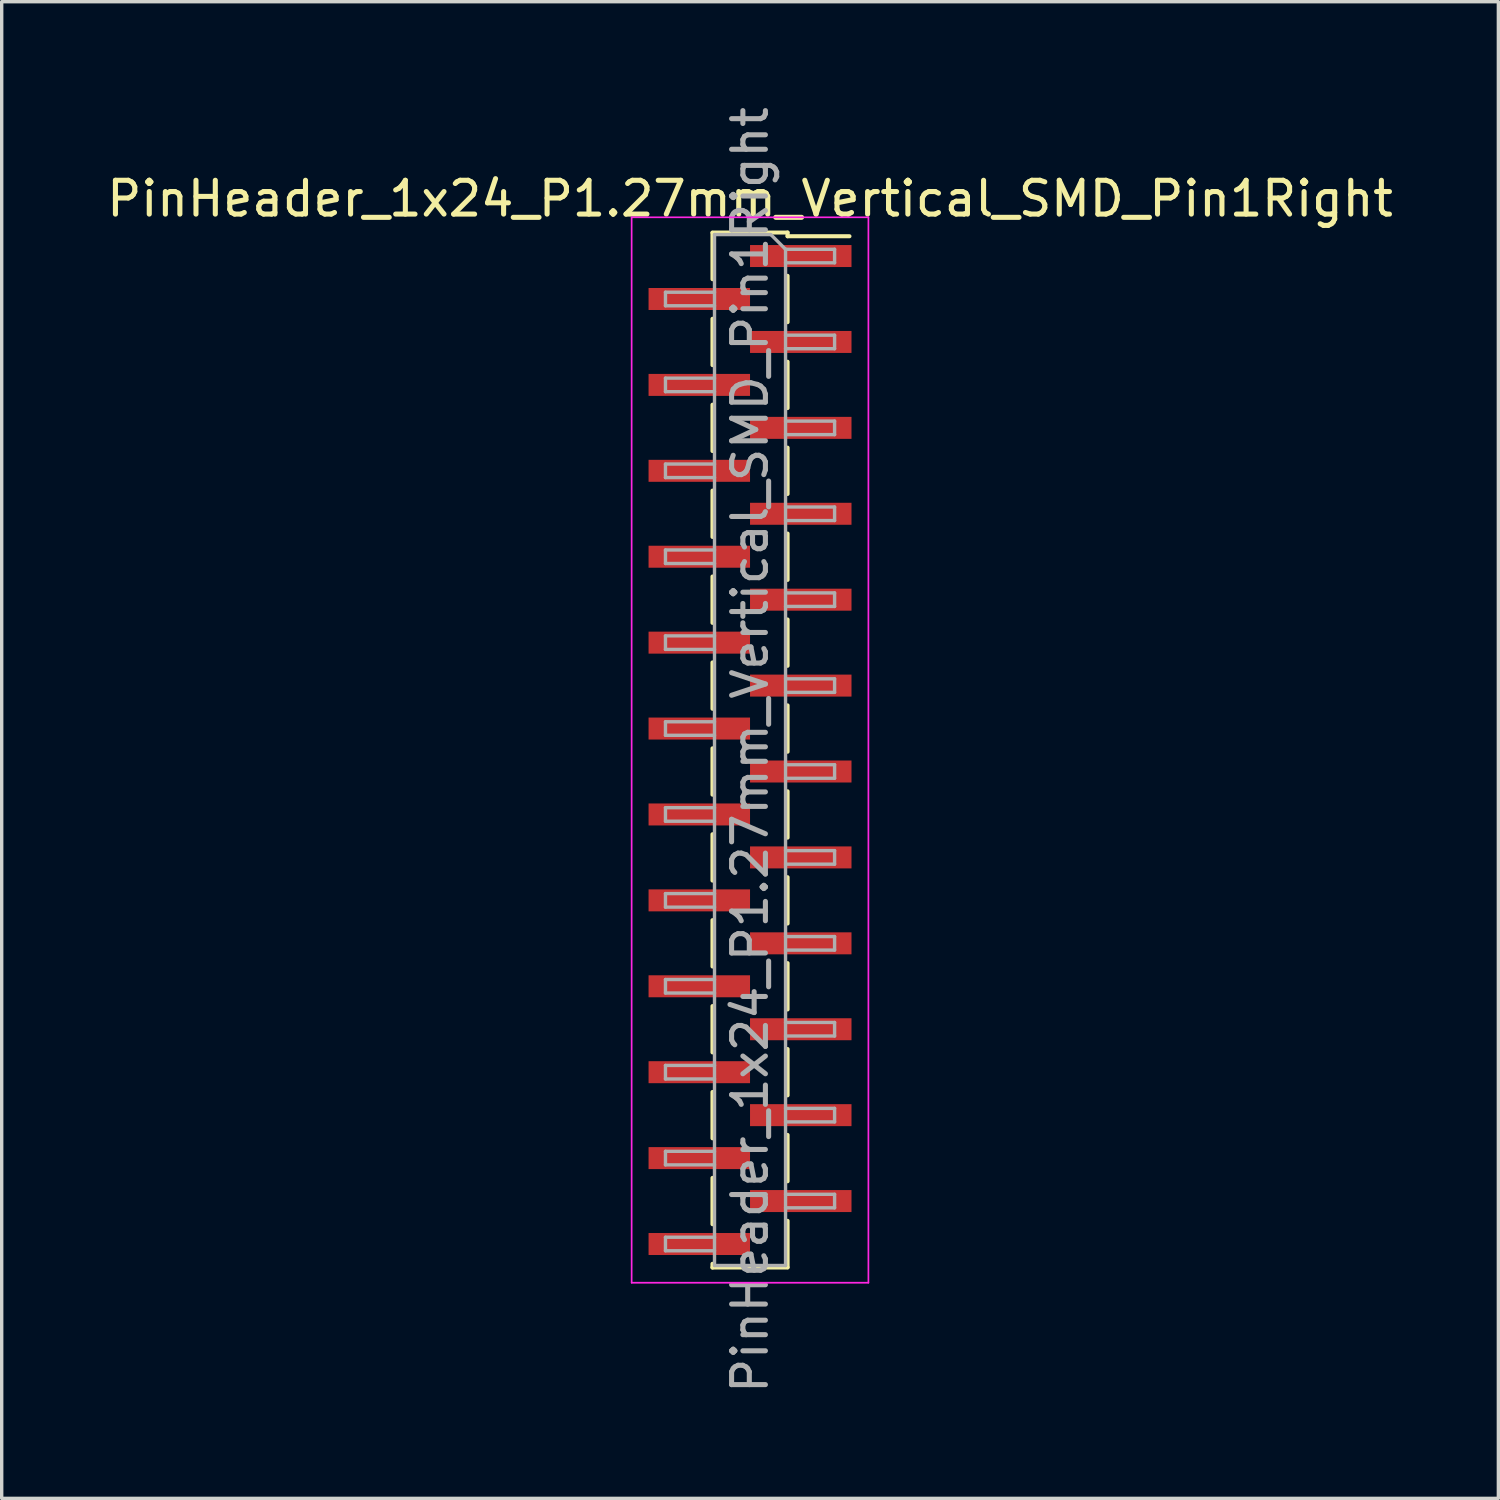
<source format=kicad_pcb>
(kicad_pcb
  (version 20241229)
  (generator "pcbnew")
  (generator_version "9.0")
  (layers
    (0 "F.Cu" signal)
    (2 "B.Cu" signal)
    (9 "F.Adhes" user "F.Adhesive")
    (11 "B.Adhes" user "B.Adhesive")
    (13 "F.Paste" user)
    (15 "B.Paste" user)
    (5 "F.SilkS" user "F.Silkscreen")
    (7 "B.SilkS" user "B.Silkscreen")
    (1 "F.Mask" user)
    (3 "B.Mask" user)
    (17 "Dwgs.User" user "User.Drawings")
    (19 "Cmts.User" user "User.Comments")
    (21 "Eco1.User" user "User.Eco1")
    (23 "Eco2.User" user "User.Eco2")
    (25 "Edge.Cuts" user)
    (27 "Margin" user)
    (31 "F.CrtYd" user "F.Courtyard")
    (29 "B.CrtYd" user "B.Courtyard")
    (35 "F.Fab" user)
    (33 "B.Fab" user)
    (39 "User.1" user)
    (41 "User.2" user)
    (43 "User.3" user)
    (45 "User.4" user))
  (footprint "PinHeader_1x24_P1.27mm_Vertical_SMD_Pin1Right"
    (layer "F.Cu")
    (at 19.125 19.125)
    (property "Reference" "PinHeader_1x24_P1.27mm_Vertical_SMD_Pin1Right" (at 0 -16.3 0) (layer "F.SilkS") (effects (font (size 1 1) (thickness 0.15))))
    (attr smd)
    (fp_line (start -1.11 -15.3) (end 1.11 -15.3) (stroke (width 0.12) (type solid)) (layer "F.SilkS"))
    (fp_line (start -1.11 -15.29) (end -1.11 -13.92) (stroke (width 0.12) (type solid)) (layer "F.SilkS"))
    (fp_line (start -1.11 -12.75) (end -1.11 -11.38) (stroke (width 0.12) (type solid)) (layer "F.SilkS"))
    (fp_line (start -1.11 -10.21) (end -1.11 -8.84) (stroke (width 0.12) (type solid)) (layer "F.SilkS"))
    (fp_line (start -1.11 -7.67) (end -1.11 -6.3) (stroke (width 0.12) (type solid)) (layer "F.SilkS"))
    (fp_line (start -1.11 -5.13) (end -1.11 -3.76) (stroke (width 0.12) (type solid)) (layer "F.SilkS"))
    (fp_line (start -1.11 -2.59) (end -1.11 -1.22) (stroke (width 0.12) (type solid)) (layer "F.SilkS"))
    (fp_line (start -1.11 -0.05) (end -1.11 1.32) (stroke (width 0.12) (type solid)) (layer "F.SilkS"))
    (fp_line (start -1.11 2.49) (end -1.11 3.86) (stroke (width 0.12) (type solid)) (layer "F.SilkS"))
    (fp_line (start -1.11 5.03) (end -1.11 6.4) (stroke (width 0.12) (type solid)) (layer "F.SilkS"))
    (fp_line (start -1.11 7.57) (end -1.11 8.94) (stroke (width 0.12) (type solid)) (layer "F.SilkS"))
    (fp_line (start -1.11 10.11) (end -1.11 11.48) (stroke (width 0.12) (type solid)) (layer "F.SilkS"))
    (fp_line (start -1.11 12.65) (end -1.11 14.02) (stroke (width 0.12) (type solid)) (layer "F.SilkS"))
    (fp_line (start -1.11 15.19) (end -1.11 15.3) (stroke (width 0.12) (type solid)) (layer "F.SilkS"))
    (fp_line (start -1.11 15.3) (end 1.11 15.3) (stroke (width 0.12) (type solid)) (layer "F.SilkS"))
    (fp_line (start 1.11 -15.3) (end 1.11 -15.19) (stroke (width 0.12) (type solid)) (layer "F.SilkS"))
    (fp_line (start 1.11 -15.19) (end 2.94 -15.19) (stroke (width 0.12) (type solid)) (layer "F.SilkS"))
    (fp_line (start 1.11 -14.02) (end 1.11 -12.65) (stroke (width 0.12) (type solid)) (layer "F.SilkS"))
    (fp_line (start 1.11 -11.48) (end 1.11 -10.11) (stroke (width 0.12) (type solid)) (layer "F.SilkS"))
    (fp_line (start 1.11 -8.94) (end 1.11 -7.57) (stroke (width 0.12) (type solid)) (layer "F.SilkS"))
    (fp_line (start 1.11 -6.4) (end 1.11 -5.03) (stroke (width 0.12) (type solid)) (layer "F.SilkS"))
    (fp_line (start 1.11 -3.86) (end 1.11 -2.49) (stroke (width 0.12) (type solid)) (layer "F.SilkS"))
    (fp_line (start 1.11 -1.32) (end 1.11 0.05) (stroke (width 0.12) (type solid)) (layer "F.SilkS"))
    (fp_line (start 1.11 1.22) (end 1.11 2.59) (stroke (width 0.12) (type solid)) (layer "F.SilkS"))
    (fp_line (start 1.11 3.76) (end 1.11 5.13) (stroke (width 0.12) (type solid)) (layer "F.SilkS"))
    (fp_line (start 1.11 6.3) (end 1.11 7.67) (stroke (width 0.12) (type solid)) (layer "F.SilkS"))
    (fp_line (start 1.11 8.84) (end 1.11 10.21) (stroke (width 0.12) (type solid)) (layer "F.SilkS"))
    (fp_line (start 1.11 11.38) (end 1.11 12.75) (stroke (width 0.12) (type solid)) (layer "F.SilkS"))
    (fp_line (start 1.11 13.92) (end 1.11 15.29) (stroke (width 0.12) (type solid)) (layer "F.SilkS"))
    (fp_line (start -3.5 -15.75) (end -3.5 15.75) (stroke (width 0.05) (type solid)) (layer "F.CrtYd"))
    (fp_line (start -3.5 15.75) (end 3.5 15.75) (stroke (width 0.05) (type solid)) (layer "F.CrtYd"))
    (fp_line (start 3.5 -15.75) (end -3.5 -15.75) (stroke (width 0.05) (type solid)) (layer "F.CrtYd"))
    (fp_line (start 3.5 15.75) (end 3.5 -15.75) (stroke (width 0.05) (type solid)) (layer "F.CrtYd"))
    (fp_line (start -2.5 -13.535) (end -2.5 -13.135) (stroke (width 0.1) (type solid)) (layer "F.Fab"))
    (fp_line (start -2.5 -13.135) (end -1.05 -13.135) (stroke (width 0.1) (type solid)) (layer "F.Fab"))
    (fp_line (start -2.5 -10.995) (end -2.5 -10.595) (stroke (width 0.1) (type solid)) (layer "F.Fab"))
    (fp_line (start -2.5 -10.595) (end -1.05 -10.595) (stroke (width 0.1) (type solid)) (layer "F.Fab"))
    (fp_line (start -2.5 -8.455) (end -2.5 -8.055) (stroke (width 0.1) (type solid)) (layer "F.Fab"))
    (fp_line (start -2.5 -8.055) (end -1.05 -8.055) (stroke (width 0.1) (type solid)) (layer "F.Fab"))
    (fp_line (start -2.5 -5.915) (end -2.5 -5.515) (stroke (width 0.1) (type solid)) (layer "F.Fab"))
    (fp_line (start -2.5 -5.515) (end -1.05 -5.515) (stroke (width 0.1) (type solid)) (layer "F.Fab"))
    (fp_line (start -2.5 -3.375) (end -2.5 -2.975) (stroke (width 0.1) (type solid)) (layer "F.Fab"))
    (fp_line (start -2.5 -2.975) (end -1.05 -2.975) (stroke (width 0.1) (type solid)) (layer "F.Fab"))
    (fp_line (start -2.5 -0.835) (end -2.5 -0.435) (stroke (width 0.1) (type solid)) (layer "F.Fab"))
    (fp_line (start -2.5 -0.435) (end -1.05 -0.435) (stroke (width 0.1) (type solid)) (layer "F.Fab"))
    (fp_line (start -2.5 1.705) (end -2.5 2.105) (stroke (width 0.1) (type solid)) (layer "F.Fab"))
    (fp_line (start -2.5 2.105) (end -1.05 2.105) (stroke (width 0.1) (type solid)) (layer "F.Fab"))
    (fp_line (start -2.5 4.245) (end -2.5 4.645) (stroke (width 0.1) (type solid)) (layer "F.Fab"))
    (fp_line (start -2.5 4.645) (end -1.05 4.645) (stroke (width 0.1) (type solid)) (layer "F.Fab"))
    (fp_line (start -2.5 6.785) (end -2.5 7.185) (stroke (width 0.1) (type solid)) (layer "F.Fab"))
    (fp_line (start -2.5 7.185) (end -1.05 7.185) (stroke (width 0.1) (type solid)) (layer "F.Fab"))
    (fp_line (start -2.5 9.325) (end -2.5 9.725) (stroke (width 0.1) (type solid)) (layer "F.Fab"))
    (fp_line (start -2.5 9.725) (end -1.05 9.725) (stroke (width 0.1) (type solid)) (layer "F.Fab"))
    (fp_line (start -2.5 11.865) (end -2.5 12.265) (stroke (width 0.1) (type solid)) (layer "F.Fab"))
    (fp_line (start -2.5 12.265) (end -1.05 12.265) (stroke (width 0.1) (type solid)) (layer "F.Fab"))
    (fp_line (start -2.5 14.405) (end -2.5 14.805) (stroke (width 0.1) (type solid)) (layer "F.Fab"))
    (fp_line (start -2.5 14.805) (end -1.05 14.805) (stroke (width 0.1) (type solid)) (layer "F.Fab"))
    (fp_line (start -1.05 -15.24) (end -1.05 15.24) (stroke (width 0.1) (type solid)) (layer "F.Fab"))
    (fp_line (start -1.05 -15.24) (end 0.615 -15.24) (stroke (width 0.1) (type solid)) (layer "F.Fab"))
    (fp_line (start -1.05 -13.535) (end -2.5 -13.535) (stroke (width 0.1) (type solid)) (layer "F.Fab"))
    (fp_line (start -1.05 -10.995) (end -2.5 -10.995) (stroke (width 0.1) (type solid)) (layer "F.Fab"))
    (fp_line (start -1.05 -8.455) (end -2.5 -8.455) (stroke (width 0.1) (type solid)) (layer "F.Fab"))
    (fp_line (start -1.05 -5.915) (end -2.5 -5.915) (stroke (width 0.1) (type solid)) (layer "F.Fab"))
    (fp_line (start -1.05 -3.375) (end -2.5 -3.375) (stroke (width 0.1) (type solid)) (layer "F.Fab"))
    (fp_line (start -1.05 -0.835) (end -2.5 -0.835) (stroke (width 0.1) (type solid)) (layer "F.Fab"))
    (fp_line (start -1.05 1.705) (end -2.5 1.705) (stroke (width 0.1) (type solid)) (layer "F.Fab"))
    (fp_line (start -1.05 4.245) (end -2.5 4.245) (stroke (width 0.1) (type solid)) (layer "F.Fab"))
    (fp_line (start -1.05 6.785) (end -2.5 6.785) (stroke (width 0.1) (type solid)) (layer "F.Fab"))
    (fp_line (start -1.05 9.325) (end -2.5 9.325) (stroke (width 0.1) (type solid)) (layer "F.Fab"))
    (fp_line (start -1.05 11.865) (end -2.5 11.865) (stroke (width 0.1) (type solid)) (layer "F.Fab"))
    (fp_line (start -1.05 14.405) (end -2.5 14.405) (stroke (width 0.1) (type solid)) (layer "F.Fab"))
    (fp_line (start 1.05 -14.805) (end 0.615 -15.24) (stroke (width 0.1) (type solid)) (layer "F.Fab"))
    (fp_line (start 1.05 -14.805) (end 2.5 -14.805) (stroke (width 0.1) (type solid)) (layer "F.Fab"))
    (fp_line (start 1.05 -12.265) (end 2.5 -12.265) (stroke (width 0.1) (type solid)) (layer "F.Fab"))
    (fp_line (start 1.05 -9.725) (end 2.5 -9.725) (stroke (width 0.1) (type solid)) (layer "F.Fab"))
    (fp_line (start 1.05 -7.185) (end 2.5 -7.185) (stroke (width 0.1) (type solid)) (layer "F.Fab"))
    (fp_line (start 1.05 -4.645) (end 2.5 -4.645) (stroke (width 0.1) (type solid)) (layer "F.Fab"))
    (fp_line (start 1.05 -2.105) (end 2.5 -2.105) (stroke (width 0.1) (type solid)) (layer "F.Fab"))
    (fp_line (start 1.05 0.435) (end 2.5 0.435) (stroke (width 0.1) (type solid)) (layer "F.Fab"))
    (fp_line (start 1.05 2.975) (end 2.5 2.975) (stroke (width 0.1) (type solid)) (layer "F.Fab"))
    (fp_line (start 1.05 5.515) (end 2.5 5.515) (stroke (width 0.1) (type solid)) (layer "F.Fab"))
    (fp_line (start 1.05 8.055) (end 2.5 8.055) (stroke (width 0.1) (type solid)) (layer "F.Fab"))
    (fp_line (start 1.05 10.595) (end 2.5 10.595) (stroke (width 0.1) (type solid)) (layer "F.Fab"))
    (fp_line (start 1.05 13.135) (end 2.5 13.135) (stroke (width 0.1) (type solid)) (layer "F.Fab"))
    (fp_line (start 1.05 15.24) (end -1.05 15.24) (stroke (width 0.1) (type solid)) (layer "F.Fab"))
    (fp_line (start 1.05 15.24) (end 1.05 -14.805) (stroke (width 0.1) (type solid)) (layer "F.Fab"))
    (fp_line (start 2.5 -14.805) (end 2.5 -14.405) (stroke (width 0.1) (type solid)) (layer "F.Fab"))
    (fp_line (start 2.5 -14.405) (end 1.05 -14.405) (stroke (width 0.1) (type solid)) (layer "F.Fab"))
    (fp_line (start 2.5 -12.265) (end 2.5 -11.865) (stroke (width 0.1) (type solid)) (layer "F.Fab"))
    (fp_line (start 2.5 -11.865) (end 1.05 -11.865) (stroke (width 0.1) (type solid)) (layer "F.Fab"))
    (fp_line (start 2.5 -9.725) (end 2.5 -9.325) (stroke (width 0.1) (type solid)) (layer "F.Fab"))
    (fp_line (start 2.5 -9.325) (end 1.05 -9.325) (stroke (width 0.1) (type solid)) (layer "F.Fab"))
    (fp_line (start 2.5 -7.185) (end 2.5 -6.785) (stroke (width 0.1) (type solid)) (layer "F.Fab"))
    (fp_line (start 2.5 -6.785) (end 1.05 -6.785) (stroke (width 0.1) (type solid)) (layer "F.Fab"))
    (fp_line (start 2.5 -4.645) (end 2.5 -4.245) (stroke (width 0.1) (type solid)) (layer "F.Fab"))
    (fp_line (start 2.5 -4.245) (end 1.05 -4.245) (stroke (width 0.1) (type solid)) (layer "F.Fab"))
    (fp_line (start 2.5 -2.105) (end 2.5 -1.705) (stroke (width 0.1) (type solid)) (layer "F.Fab"))
    (fp_line (start 2.5 -1.705) (end 1.05 -1.705) (stroke (width 0.1) (type solid)) (layer "F.Fab"))
    (fp_line (start 2.5 0.435) (end 2.5 0.835) (stroke (width 0.1) (type solid)) (layer "F.Fab"))
    (fp_line (start 2.5 0.835) (end 1.05 0.835) (stroke (width 0.1) (type solid)) (layer "F.Fab"))
    (fp_line (start 2.5 2.975) (end 2.5 3.375) (stroke (width 0.1) (type solid)) (layer "F.Fab"))
    (fp_line (start 2.5 3.375) (end 1.05 3.375) (stroke (width 0.1) (type solid)) (layer "F.Fab"))
    (fp_line (start 2.5 5.515) (end 2.5 5.915) (stroke (width 0.1) (type solid)) (layer "F.Fab"))
    (fp_line (start 2.5 5.915) (end 1.05 5.915) (stroke (width 0.1) (type solid)) (layer "F.Fab"))
    (fp_line (start 2.5 8.055) (end 2.5 8.455) (stroke (width 0.1) (type solid)) (layer "F.Fab"))
    (fp_line (start 2.5 8.455) (end 1.05 8.455) (stroke (width 0.1) (type solid)) (layer "F.Fab"))
    (fp_line (start 2.5 10.595) (end 2.5 10.995) (stroke (width 0.1) (type solid)) (layer "F.Fab"))
    (fp_line (start 2.5 10.995) (end 1.05 10.995) (stroke (width 0.1) (type solid)) (layer "F.Fab"))
    (fp_line (start 2.5 13.135) (end 2.5 13.535) (stroke (width 0.1) (type solid)) (layer "F.Fab"))
    (fp_line (start 2.5 13.535) (end 1.05 13.535) (stroke (width 0.1) (type solid)) (layer "F.Fab"))
    (fp_text user "${REFERENCE}" (at 0 0 90) (layer "F.Fab") (effects (font (size 1 1) (thickness 0.15))))
    (pad "1" smd rect (at 1.5 -14.605) (size 3 0.65) (layers "F.Cu" "F.Mask" "F.Paste"))
    (pad "2" smd rect (at -1.5 -13.335) (size 3 0.65) (layers "F.Cu" "F.Mask" "F.Paste"))
    (pad "3" smd rect (at 1.5 -12.065) (size 3 0.65) (layers "F.Cu" "F.Mask" "F.Paste"))
    (pad "4" smd rect (at -1.5 -10.795) (size 3 0.65) (layers "F.Cu" "F.Mask" "F.Paste"))
    (pad "5" smd rect (at 1.5 -9.525) (size 3 0.65) (layers "F.Cu" "F.Mask" "F.Paste"))
    (pad "6" smd rect (at -1.5 -8.255) (size 3 0.65) (layers "F.Cu" "F.Mask" "F.Paste"))
    (pad "7" smd rect (at 1.5 -6.985) (size 3 0.65) (layers "F.Cu" "F.Mask" "F.Paste"))
    (pad "8" smd rect (at -1.5 -5.715) (size 3 0.65) (layers "F.Cu" "F.Mask" "F.Paste"))
    (pad "9" smd rect (at 1.5 -4.445) (size 3 0.65) (layers "F.Cu" "F.Mask" "F.Paste"))
    (pad "10" smd rect (at -1.5 -3.175) (size 3 0.65) (layers "F.Cu" "F.Mask" "F.Paste"))
    (pad "11" smd rect (at 1.5 -1.905) (size 3 0.65) (layers "F.Cu" "F.Mask" "F.Paste"))
    (pad "12" smd rect (at -1.5 -0.635) (size 3 0.65) (layers "F.Cu" "F.Mask" "F.Paste"))
    (pad "13" smd rect (at 1.5 0.635) (size 3 0.65) (layers "F.Cu" "F.Mask" "F.Paste"))
    (pad "14" smd rect (at -1.5 1.905) (size 3 0.65) (layers "F.Cu" "F.Mask" "F.Paste"))
    (pad "15" smd rect (at 1.5 3.175) (size 3 0.65) (layers "F.Cu" "F.Mask" "F.Paste"))
    (pad "16" smd rect (at -1.5 4.445) (size 3 0.65) (layers "F.Cu" "F.Mask" "F.Paste"))
    (pad "17" smd rect (at 1.5 5.715) (size 3 0.65) (layers "F.Cu" "F.Mask" "F.Paste"))
    (pad "18" smd rect (at -1.5 6.985) (size 3 0.65) (layers "F.Cu" "F.Mask" "F.Paste"))
    (pad "19" smd rect (at 1.5 8.255) (size 3 0.65) (layers "F.Cu" "F.Mask" "F.Paste"))
    (pad "20" smd rect (at -1.5 9.525) (size 3 0.65) (layers "F.Cu" "F.Mask" "F.Paste"))
    (pad "21" smd rect (at 1.5 10.795) (size 3 0.65) (layers "F.Cu" "F.Mask" "F.Paste"))
    (pad "22" smd rect (at -1.5 12.065) (size 3 0.65) (layers "F.Cu" "F.Mask" "F.Paste"))
    (pad "23" smd rect (at 1.5 13.335) (size 3 0.65) (layers "F.Cu" "F.Mask" "F.Paste"))
    (pad "24" smd rect (at -1.5 14.605) (size 3 0.65) (layers "F.Cu" "F.Mask" "F.Paste")))
  (gr_rect
    (start -3 -3)
    (end 41.25 41.25)
    (stroke (width 0.1) (type default))
    (fill no)
    (layer "Edge.Cuts")))
</source>
